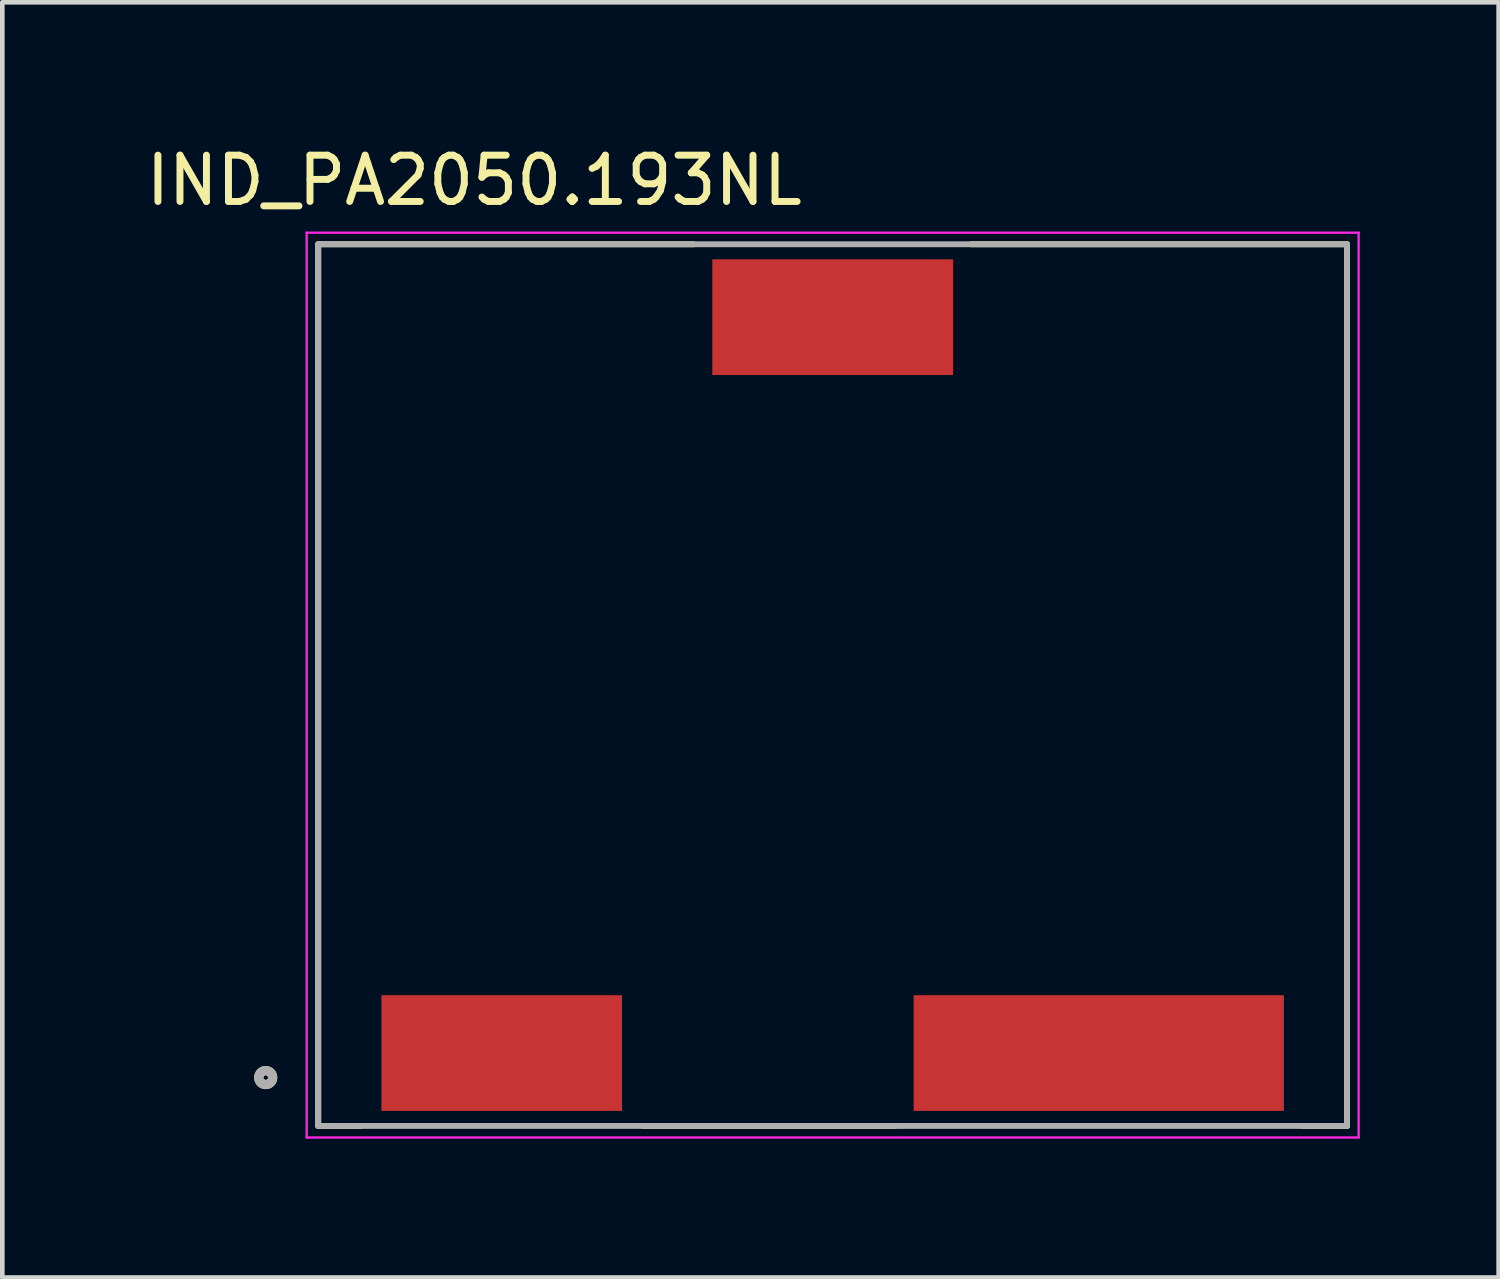
<source format=kicad_pcb>
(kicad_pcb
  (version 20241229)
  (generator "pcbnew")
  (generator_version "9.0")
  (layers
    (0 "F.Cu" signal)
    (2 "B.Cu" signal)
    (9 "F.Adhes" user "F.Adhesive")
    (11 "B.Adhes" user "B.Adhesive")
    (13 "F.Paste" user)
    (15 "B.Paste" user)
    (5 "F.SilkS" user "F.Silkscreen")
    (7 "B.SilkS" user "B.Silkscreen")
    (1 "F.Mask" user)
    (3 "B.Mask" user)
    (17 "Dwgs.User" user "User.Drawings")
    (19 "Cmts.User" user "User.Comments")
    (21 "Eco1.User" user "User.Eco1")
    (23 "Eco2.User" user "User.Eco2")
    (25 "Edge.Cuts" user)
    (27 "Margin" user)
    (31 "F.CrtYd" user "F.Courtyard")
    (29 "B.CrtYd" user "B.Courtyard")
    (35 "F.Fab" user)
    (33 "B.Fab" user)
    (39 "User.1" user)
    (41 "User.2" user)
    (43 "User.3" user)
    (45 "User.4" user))
  (footprint "IND_PA2050.193NL"
    (layer "F.Cu")
    (at 14.941 13.003)
    (property "Reference" "IND_PA2050.193NL" (at -7.745 -12.155 0) (layer "F.SilkS") (effects (font (size 1 1) (thickness 0.15))))
    (attr smd)
    (fp_line (start -11.115 -10.775) (end -11.115 8.275) (stroke (width 0.127) (type solid)) (layer "F.SilkS"))
    (fp_line (start -11.115 -10.775) (end -3 -10.775) (stroke (width 0.127) (type solid)) (layer "F.SilkS"))
    (fp_line (start -11.115 8.275) (end -10.2 8.275) (stroke (width 0.127) (type solid)) (layer "F.SilkS"))
    (fp_line (start -4.1 8.275) (end 1.35 8.275) (stroke (width 0.127) (type solid)) (layer "F.SilkS"))
    (fp_line (start 3 -10.775) (end 11.115 -10.775) (stroke (width 0.127) (type solid)) (layer "F.SilkS"))
    (fp_line (start 10.15 8.275) (end 11.115 8.275) (stroke (width 0.127) (type solid)) (layer "F.SilkS"))
    (fp_line (start 11.115 -10.775) (end 11.115 8.275) (stroke (width 0.127) (type solid)) (layer "F.SilkS"))
    (fp_circle (center -12.25 7.23) (end -12.1 7.23) (stroke (width 0.2) (type solid)) (fill no) (layer "F.SilkS"))
    (fp_line (start -11.365 -11.025) (end 11.365 -11.025) (stroke (width 0.05) (type solid)) (layer "F.CrtYd"))
    (fp_line (start -11.365 8.525) (end -11.365 -11.025) (stroke (width 0.05) (type solid)) (layer "F.CrtYd"))
    (fp_line (start 11.365 -11.025) (end 11.365 8.525) (stroke (width 0.05) (type solid)) (layer "F.CrtYd"))
    (fp_line (start 11.365 8.525) (end -11.365 8.525) (stroke (width 0.05) (type solid)) (layer "F.CrtYd"))
    (fp_line (start -11.115 -10.775) (end -11.115 8.275) (stroke (width 0.127) (type solid)) (layer "F.Fab"))
    (fp_line (start -11.115 -10.775) (end 11.115 -10.775) (stroke (width 0.127) (type solid)) (layer "F.Fab"))
    (fp_line (start -11.115 8.275) (end 11.115 8.275) (stroke (width 0.127) (type solid)) (layer "F.Fab"))
    (fp_line (start 11.115 -10.775) (end 11.115 8.275) (stroke (width 0.127) (type solid)) (layer "F.Fab"))
    (fp_circle (center -12.25 7.23) (end -12.1 7.23) (stroke (width 0.2) (type solid)) (fill no) (layer "F.Fab"))
    (pad "1" smd rect (at -7.15 6.7) (size 5.2 2.5) (layers "F.Cu" "F.Mask" "F.Paste"))
    (pad "2" smd rect (at 5.75 6.7) (size 8 2.5) (layers "F.Cu" "F.Mask" "F.Paste"))
    (pad "3" smd rect (at 0 -9.2) (size 5.2 2.5) (layers "F.Cu" "F.Mask" "F.Paste")))
  (gr_rect
    (start -3 -3)
    (end 29.331 24.553)
    (stroke (width 0.1) (type default))
    (fill no)
    (layer "Edge.Cuts")))
</source>
